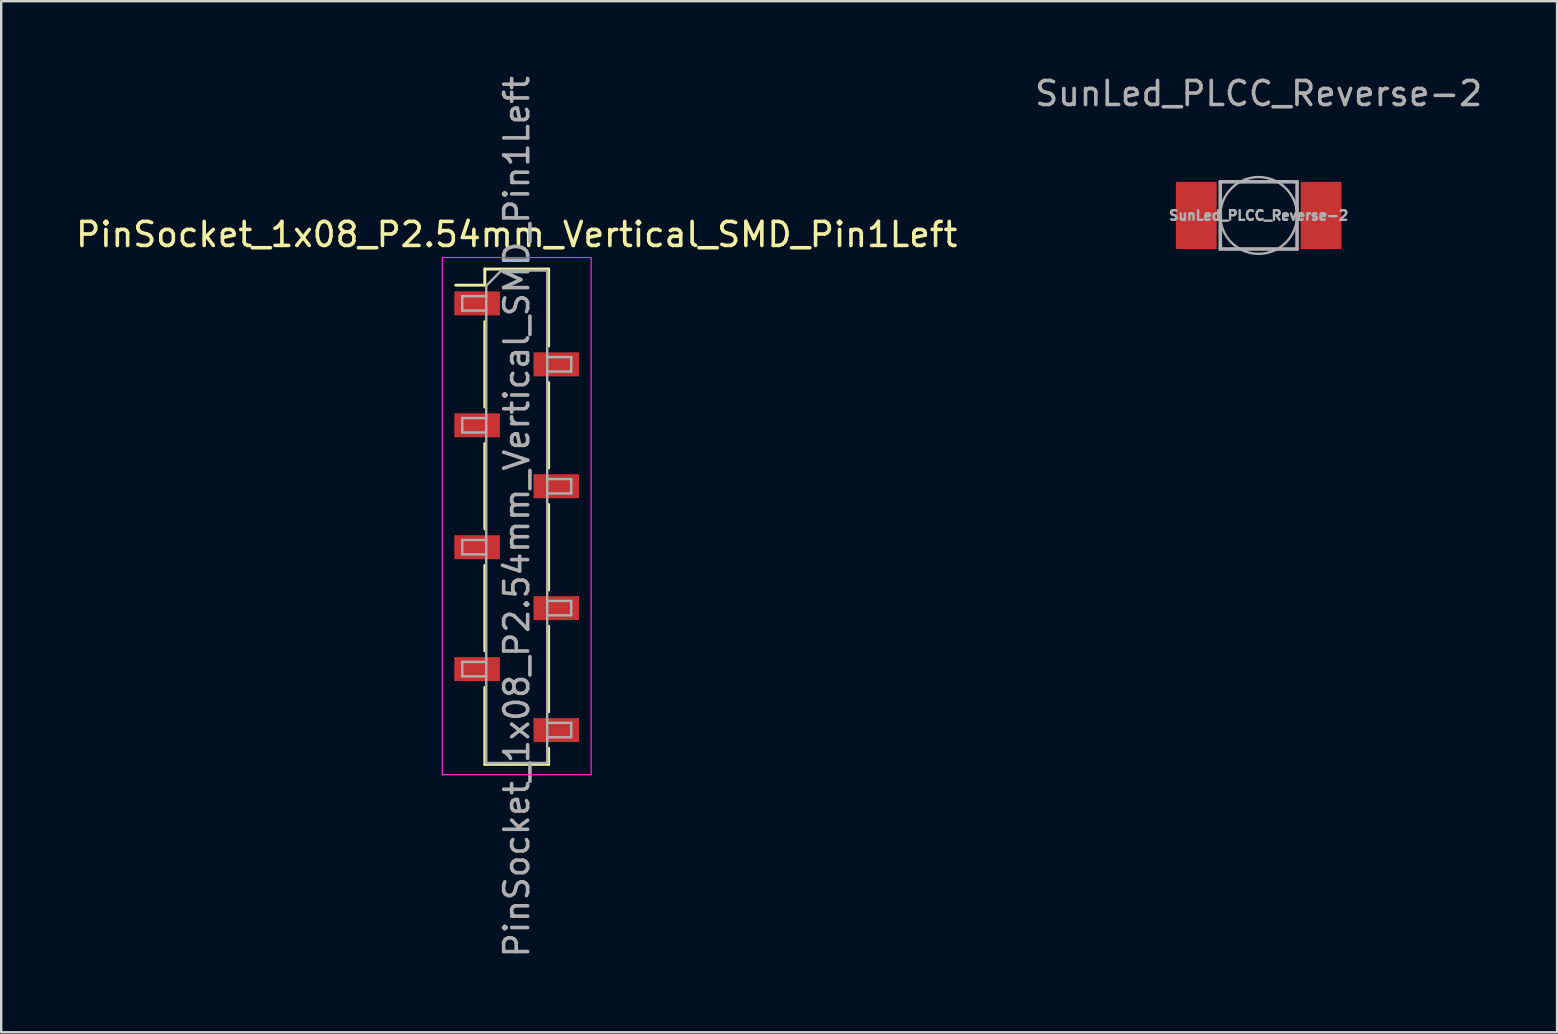
<source format=kicad_pcb>
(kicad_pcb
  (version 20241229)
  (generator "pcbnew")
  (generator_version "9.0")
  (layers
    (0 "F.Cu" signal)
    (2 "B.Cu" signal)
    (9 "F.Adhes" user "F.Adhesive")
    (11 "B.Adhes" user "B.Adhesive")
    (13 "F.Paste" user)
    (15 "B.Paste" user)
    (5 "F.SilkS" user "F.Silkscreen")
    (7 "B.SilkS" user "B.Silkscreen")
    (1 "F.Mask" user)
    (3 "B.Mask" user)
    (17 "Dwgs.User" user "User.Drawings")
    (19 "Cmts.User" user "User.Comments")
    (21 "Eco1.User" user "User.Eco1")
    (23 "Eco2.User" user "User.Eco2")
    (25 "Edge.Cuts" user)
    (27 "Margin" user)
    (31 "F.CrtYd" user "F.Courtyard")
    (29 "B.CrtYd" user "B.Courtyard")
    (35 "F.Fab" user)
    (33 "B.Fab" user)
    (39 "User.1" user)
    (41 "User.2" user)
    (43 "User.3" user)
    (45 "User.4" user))
  (footprint "PinSocket_1x08_P2.54mm_Vertical_SMD_Pin1Left"
    (layer "F.Cu")
    (at 18.482 18.482)
    (property "Reference" "PinSocket_1x08_P2.54mm_Vertical_SMD_Pin1Left" (at 0 -11.76 0) (layer "F.SilkS") (effects (font (size 1 1) (thickness 0.15))))
    (attr smd)
    (fp_line (start -2.54 -9.65) (end -1.33 -9.65) (stroke (width 0.12) (type solid)) (layer "F.SilkS"))
    (fp_line (start -1.33 -10.32) (end -1.33 -9.65) (stroke (width 0.12) (type solid)) (layer "F.SilkS"))
    (fp_line (start -1.33 -10.32) (end 1.33 -10.32) (stroke (width 0.12) (type solid)) (layer "F.SilkS"))
    (fp_line (start -1.33 -8.13) (end -1.33 -4.57) (stroke (width 0.12) (type solid)) (layer "F.SilkS"))
    (fp_line (start -1.33 -3.05) (end -1.33 0.51) (stroke (width 0.12) (type solid)) (layer "F.SilkS"))
    (fp_line (start -1.33 2.03) (end -1.33 5.59) (stroke (width 0.12) (type solid)) (layer "F.SilkS"))
    (fp_line (start -1.33 7.11) (end -1.33 10.32) (stroke (width 0.12) (type solid)) (layer "F.SilkS"))
    (fp_line (start -1.33 10.32) (end 1.33 10.32) (stroke (width 0.12) (type solid)) (layer "F.SilkS"))
    (fp_line (start 1.33 -10.32) (end 1.33 -7.11) (stroke (width 0.12) (type solid)) (layer "F.SilkS"))
    (fp_line (start 1.33 -5.59) (end 1.33 -2.03) (stroke (width 0.12) (type solid)) (layer "F.SilkS"))
    (fp_line (start 1.33 -0.51) (end 1.33 3.05) (stroke (width 0.12) (type solid)) (layer "F.SilkS"))
    (fp_line (start 1.33 4.57) (end 1.33 8.13) (stroke (width 0.12) (type solid)) (layer "F.SilkS"))
    (fp_line (start 1.33 9.65) (end 1.33 10.32) (stroke (width 0.12) (type solid)) (layer "F.SilkS"))
    (fp_line (start -3.1 -10.8) (end 3.1 -10.8) (stroke (width 0.05) (type solid)) (layer "F.CrtYd"))
    (fp_line (start -3.1 10.75) (end -3.1 -10.8) (stroke (width 0.05) (type solid)) (layer "F.CrtYd"))
    (fp_line (start 3.1 -10.8) (end 3.1 10.75) (stroke (width 0.05) (type solid)) (layer "F.CrtYd"))
    (fp_line (start 3.1 10.75) (end -3.1 10.75) (stroke (width 0.05) (type solid)) (layer "F.CrtYd"))
    (fp_line (start -2.27 -9.19) (end -1.27 -9.19) (stroke (width 0.1) (type solid)) (layer "F.Fab"))
    (fp_line (start -2.27 -8.59) (end -2.27 -9.19) (stroke (width 0.1) (type solid)) (layer "F.Fab"))
    (fp_line (start -2.27 -4.11) (end -1.27 -4.11) (stroke (width 0.1) (type solid)) (layer "F.Fab"))
    (fp_line (start -2.27 -3.51) (end -2.27 -4.11) (stroke (width 0.1) (type solid)) (layer "F.Fab"))
    (fp_line (start -2.27 0.97) (end -1.27 0.97) (stroke (width 0.1) (type solid)) (layer "F.Fab"))
    (fp_line (start -2.27 1.57) (end -2.27 0.97) (stroke (width 0.1) (type solid)) (layer "F.Fab"))
    (fp_line (start -2.27 6.05) (end -1.27 6.05) (stroke (width 0.1) (type solid)) (layer "F.Fab"))
    (fp_line (start -2.27 6.65) (end -2.27 6.05) (stroke (width 0.1) (type solid)) (layer "F.Fab"))
    (fp_line (start -1.27 -9.625) (end -0.635 -10.26) (stroke (width 0.1) (type solid)) (layer "F.Fab"))
    (fp_line (start -1.27 -8.59) (end -2.27 -8.59) (stroke (width 0.1) (type solid)) (layer "F.Fab"))
    (fp_line (start -1.27 -3.51) (end -2.27 -3.51) (stroke (width 0.1) (type solid)) (layer "F.Fab"))
    (fp_line (start -1.27 1.57) (end -2.27 1.57) (stroke (width 0.1) (type solid)) (layer "F.Fab"))
    (fp_line (start -1.27 6.65) (end -2.27 6.65) (stroke (width 0.1) (type solid)) (layer "F.Fab"))
    (fp_line (start -1.27 10.26) (end -1.27 -9.625) (stroke (width 0.1) (type solid)) (layer "F.Fab"))
    (fp_line (start -0.635 -10.26) (end 1.27 -10.26) (stroke (width 0.1) (type solid)) (layer "F.Fab"))
    (fp_line (start 1.27 -10.26) (end 1.27 10.26) (stroke (width 0.1) (type solid)) (layer "F.Fab"))
    (fp_line (start 1.27 -6.65) (end 2.27 -6.65) (stroke (width 0.1) (type solid)) (layer "F.Fab"))
    (fp_line (start 1.27 -1.57) (end 2.27 -1.57) (stroke (width 0.1) (type solid)) (layer "F.Fab"))
    (fp_line (start 1.27 3.51) (end 2.27 3.51) (stroke (width 0.1) (type solid)) (layer "F.Fab"))
    (fp_line (start 1.27 8.59) (end 2.27 8.59) (stroke (width 0.1) (type solid)) (layer "F.Fab"))
    (fp_line (start 1.27 10.26) (end -1.27 10.26) (stroke (width 0.1) (type solid)) (layer "F.Fab"))
    (fp_line (start 2.27 -6.65) (end 2.27 -6.05) (stroke (width 0.1) (type solid)) (layer "F.Fab"))
    (fp_line (start 2.27 -6.05) (end 1.27 -6.05) (stroke (width 0.1) (type solid)) (layer "F.Fab"))
    (fp_line (start 2.27 -1.57) (end 2.27 -0.97) (stroke (width 0.1) (type solid)) (layer "F.Fab"))
    (fp_line (start 2.27 -0.97) (end 1.27 -0.97) (stroke (width 0.1) (type solid)) (layer "F.Fab"))
    (fp_line (start 2.27 3.51) (end 2.27 4.11) (stroke (width 0.1) (type solid)) (layer "F.Fab"))
    (fp_line (start 2.27 4.11) (end 1.27 4.11) (stroke (width 0.1) (type solid)) (layer "F.Fab"))
    (fp_line (start 2.27 8.59) (end 2.27 9.19) (stroke (width 0.1) (type solid)) (layer "F.Fab"))
    (fp_line (start 2.27 9.19) (end 1.27 9.19) (stroke (width 0.1) (type solid)) (layer "F.Fab"))
    (fp_text user "${REFERENCE}" (at 0 0 90) (layer "F.Fab") (effects (font (size 1 1) (thickness 0.15))))
    (pad "1" smd rect (at -1.65 -8.89) (size 1.9 1) (layers "F.Cu" "F.Mask" "F.Paste"))
    (pad "2" smd rect (at 1.65 -6.35) (size 1.9 1) (layers "F.Cu" "F.Mask" "F.Paste"))
    (pad "3" smd rect (at -1.65 -3.81) (size 1.9 1) (layers "F.Cu" "F.Mask" "F.Paste"))
    (pad "4" smd rect (at 1.65 -1.27) (size 1.9 1) (layers "F.Cu" "F.Mask" "F.Paste"))
    (pad "5" smd rect (at -1.65 1.27) (size 1.9 1) (layers "F.Cu" "F.Mask" "F.Paste"))
    (pad "6" smd rect (at 1.65 3.81) (size 1.9 1) (layers "F.Cu" "F.Mask" "F.Paste"))
    (pad "7" smd rect (at -1.65 6.35) (size 1.9 1) (layers "F.Cu" "F.Mask" "F.Paste"))
    (pad "8" smd rect (at 1.65 8.89) (size 1.9 1) (layers "F.Cu" "F.Mask" "F.Paste")))
  (footprint "SunLed_PLCC_Reverse-2"
    (layer "F.Cu")
    (at 49.399 5.928)
    (property "Reference" "SunLed_PLCC_Reverse-2" (at 0 -5.08 0) (layer "F.Fab") (effects (font (size 1 1) (thickness 0.15))))
    (attr smd)
    (fp_line (start -1.6 -1.403) (end -1.6 1.397) (stroke (width 0.15) (type solid)) (layer "F.Fab"))
    (fp_line (start -1.6 -1.403) (end 1.6 -1.403) (stroke (width 0.15) (type solid)) (layer "F.Fab"))
    (fp_line (start -1.6 1.397) (end 1.6 1.397) (stroke (width 0.15) (type solid)) (layer "F.Fab"))
    (fp_line (start 1.6 -1.403) (end 1.6 1.397) (stroke (width 0.15) (type solid)) (layer "F.Fab"))
    (fp_circle (center 0 0) (end 1.6 0) (stroke (width 0.1) (type solid)) (fill no) (layer "F.Fab"))
    (fp_text user "${REFERENCE}" (at 0 0 0) (layer "F.Fab") (effects (font (size 0.4 0.4) (thickness 0.1))))
    (pad "1" smd rect (at -2.6 0) (size 1.7 2.8) (layers "F.Cu" "F.Mask" "F.Paste"))
    (pad "2" smd rect (at 2.6 0) (size 1.7 2.8) (layers "F.Cu" "F.Mask" "F.Paste")))
  (gr_rect
    (start -3 -3)
    (end 61.833 39.964)
    (stroke (width 0.1) (type default))
    (fill no)
    (layer "Edge.Cuts")))
</source>
